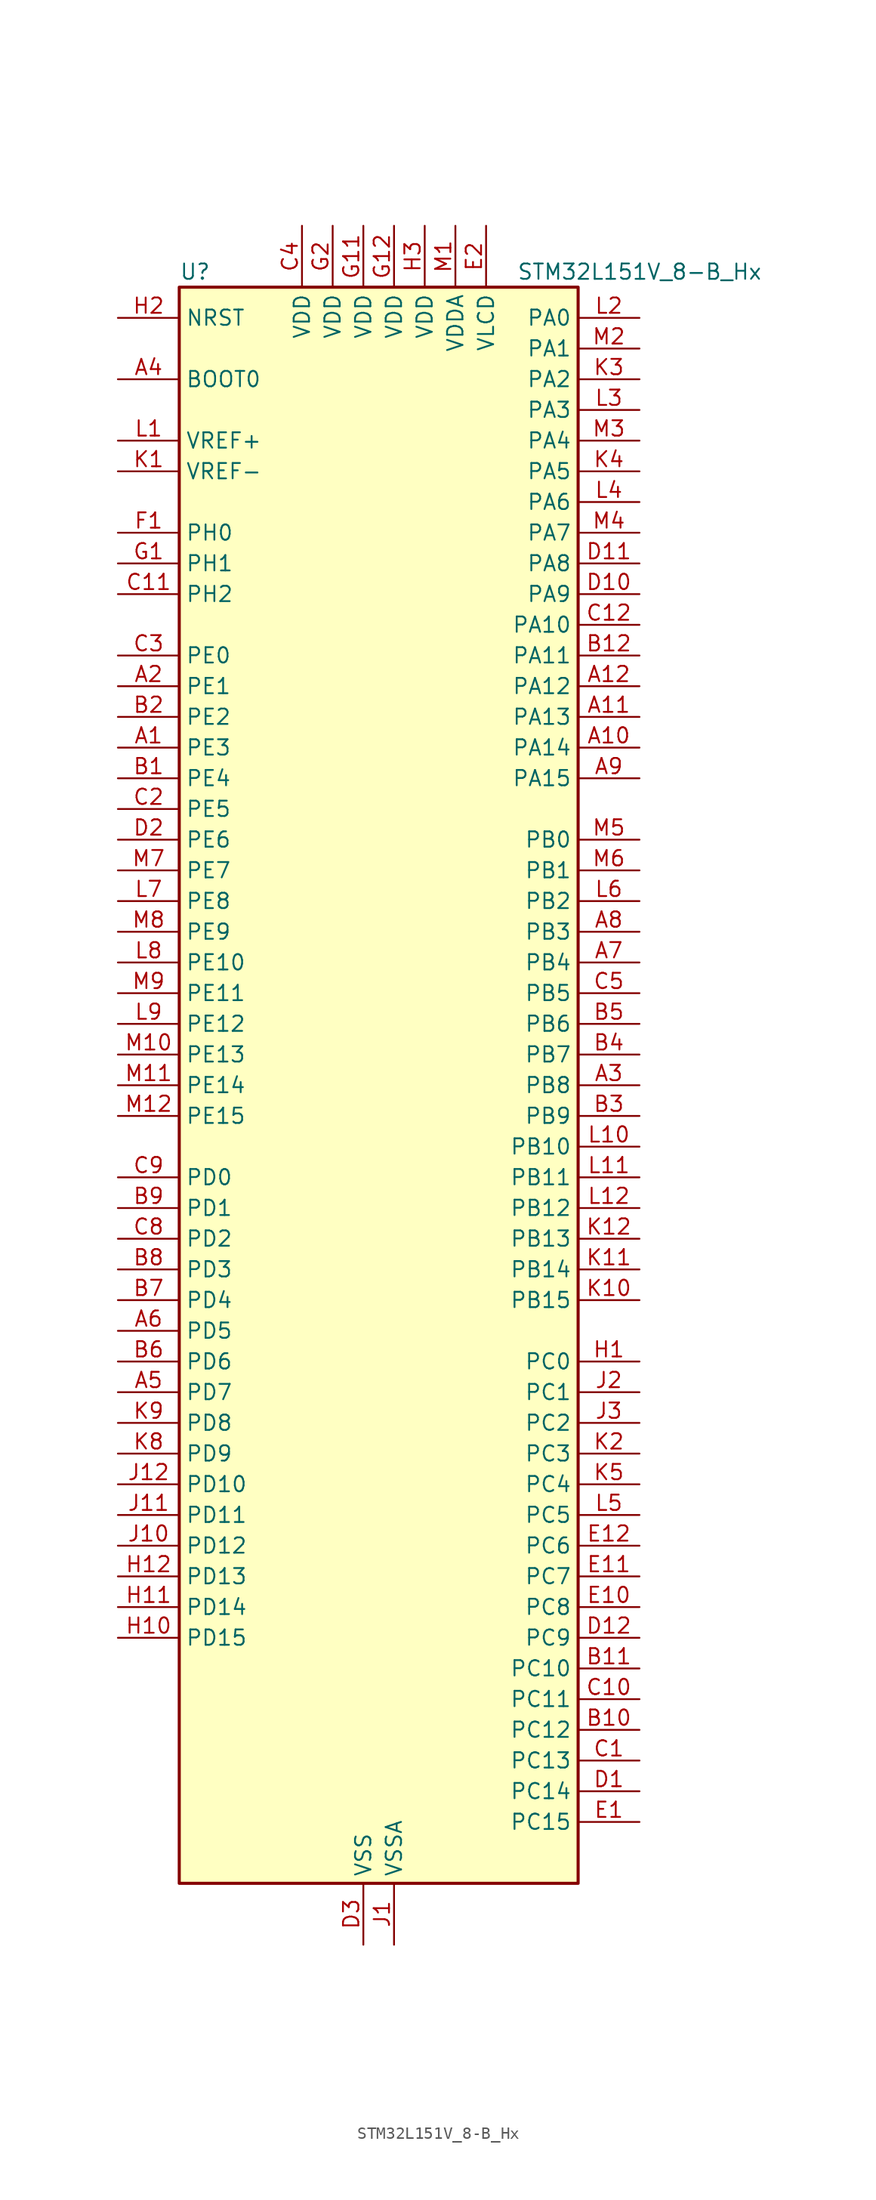
<source format=kicad_sym>
(kicad_symbol_lib
  (version 20231120)
  (generator "kicad-library-utils")
  (generator_version "8.0")
  (symbol "STM32L151V_8-B_Hx"
    (property "Reference" "U"
      (at -15.24 67.31 0)
      (effects (font (size 1.27 1.27)) (justify left)))
    (property "Value" "STM32L151V_8-B_Hx"
      (at 12.7 67.31 0)
      (effects (font (size 1.27 1.27)) (justify left)))
    (symbol "STM32L151V_8-B_Hx_0_1"
      (rectangle (start -15.24 -66.04) (end 17.78 66.04) (stroke (width 0.254) (type default)) (fill (type background))))
    (symbol "STM32L151V_8-B_Hx_1_1"
      (pin bidirectional line (at -20.32 27.94 0) (length 5.08) (name "PE3" (effects (font (size 1.27 1.27)))) (number "A1" (effects (font (size 1.27 1.27)))) (alternate "SYS_TRACED0" bidirectional line) (alternate "TIM3_CH1" bidirectional line) (alternate "TIMX_IC4" bidirectional line))
      (pin bidirectional line (at 22.86 27.94 180) (length 5.08) (name "PA14" (effects (font (size 1.27 1.27)))) (number "A10" (effects (font (size 1.27 1.27)))) (alternate "SYS_JTCK-SWCLK" bidirectional line) (alternate "TIMX_IC3" bidirectional line) (alternate "TS_G5_IO2" bidirectional line))
      (pin bidirectional line (at 22.86 30.48 180) (length 5.08) (name "PA13" (effects (font (size 1.27 1.27)))) (number "A11" (effects (font (size 1.27 1.27)))) (alternate "SYS_JTMS-SWDIO" bidirectional line) (alternate "TIMX_IC2" bidirectional line) (alternate "TS_G5_IO1" bidirectional line))
      (pin bidirectional line (at 22.86 33.02 180) (length 5.08) (name "PA12" (effects (font (size 1.27 1.27)))) (number "A12" (effects (font (size 1.27 1.27)))) (alternate "SPI1_MOSI" bidirectional line) (alternate "TIMX_IC1" bidirectional line) (alternate "USART1_RTS" bidirectional line) (alternate "USB_DP" bidirectional line))
      (pin bidirectional line (at -20.32 33.02 0) (length 5.08) (name "PE1" (effects (font (size 1.27 1.27)))) (number "A2" (effects (font (size 1.27 1.27)))) (alternate "TIM11_CH1" bidirectional line) (alternate "TIMX_IC2" bidirectional line))
      (pin bidirectional line (at 22.86 0 180) (length 5.08) (name "PB8" (effects (font (size 1.27 1.27)))) (number "A3" (effects (font (size 1.27 1.27)))) (alternate "I2C1_SCL" bidirectional line) (alternate "TIM10_CH1" bidirectional line) (alternate "TIM4_CH3" bidirectional line))
      (pin input line (at -20.32 58.42 0) (length 5.08) (name "BOOT0" (effects (font (size 1.27 1.27)))) (number "A4" (effects (font (size 1.27 1.27)))))
      (pin bidirectional line (at -20.32 -25.4 0) (length 5.08) (name "PD7" (effects (font (size 1.27 1.27)))) (number "A5" (effects (font (size 1.27 1.27)))) (alternate "TIM9_CH2" bidirectional line) (alternate "TIMX_IC4" bidirectional line) (alternate "USART2_CK" bidirectional line))
      (pin bidirectional line (at -20.32 -20.32 0) (length 5.08) (name "PD5" (effects (font (size 1.27 1.27)))) (number "A6" (effects (font (size 1.27 1.27)))) (alternate "TIMX_IC2" bidirectional line) (alternate "USART2_TX" bidirectional line))
      (pin bidirectional line (at 22.86 10.16 180) (length 5.08) (name "PB4" (effects (font (size 1.27 1.27)))) (number "A7" (effects (font (size 1.27 1.27)))) (alternate "COMP2_INP" bidirectional line) (alternate "SPI1_MISO" bidirectional line) (alternate "SYS_JTRST" bidirectional line) (alternate "TIM3_CH1" bidirectional line) (alternate "TS_G6_IO1" bidirectional line))
      (pin bidirectional line (at 22.86 12.7 180) (length 5.08) (name "PB3" (effects (font (size 1.27 1.27)))) (number "A8" (effects (font (size 1.27 1.27)))) (alternate "COMP2_INM" bidirectional line) (alternate "SPI1_SCK" bidirectional line) (alternate "SYS_JTDO-TRACESWO" bidirectional line) (alternate "TIM2_CH2" bidirectional line))
      (pin bidirectional line (at 22.86 25.4 180) (length 5.08) (name "PA15" (effects (font (size 1.27 1.27)))) (number "A9" (effects (font (size 1.27 1.27)))) (alternate "ADC_EXTI15" bidirectional line) (alternate "SPI1_NSS" bidirectional line) (alternate "SYS_JTDI" bidirectional line) (alternate "TIM2_CH1" bidirectional line) (alternate "TIM2_ETR" bidirectional line) (alternate "TIMX_IC4" bidirectional line) (alternate "TS_G5_IO3" bidirectional line))
      (pin bidirectional line (at -20.32 25.4 0) (length 5.08) (name "PE4" (effects (font (size 1.27 1.27)))) (number "B1" (effects (font (size 1.27 1.27)))) (alternate "SYS_TRACED1" bidirectional line) (alternate "TIM3_CH2" bidirectional line) (alternate "TIMX_IC1" bidirectional line))
      (pin bidirectional line (at 22.86 -53.34 180) (length 5.08) (name "PC12" (effects (font (size 1.27 1.27)))) (number "B10" (effects (font (size 1.27 1.27)))) (alternate "TIMX_IC1" bidirectional line) (alternate "USART3_CK" bidirectional line))
      (pin bidirectional line (at 22.86 -48.26 180) (length 5.08) (name "PC10" (effects (font (size 1.27 1.27)))) (number "B11" (effects (font (size 1.27 1.27)))) (alternate "TIMX_IC3" bidirectional line) (alternate "USART3_TX" bidirectional line))
      (pin bidirectional line (at 22.86 35.56 180) (length 5.08) (name "PA11" (effects (font (size 1.27 1.27)))) (number "B12" (effects (font (size 1.27 1.27)))) (alternate "ADC_EXTI11" bidirectional line) (alternate "SPI1_MISO" bidirectional line) (alternate "TIMX_IC4" bidirectional line) (alternate "USART1_CTS" bidirectional line) (alternate "USB_DM" bidirectional line))
      (pin bidirectional line (at -20.32 30.48 0) (length 5.08) (name "PE2" (effects (font (size 1.27 1.27)))) (number "B2" (effects (font (size 1.27 1.27)))) (alternate "SYS_TRACECK" bidirectional line) (alternate "TIM3_ETR" bidirectional line) (alternate "TIMX_IC3" bidirectional line))
      (pin bidirectional line (at 22.86 -2.54 180) (length 5.08) (name "PB9" (effects (font (size 1.27 1.27)))) (number "B3" (effects (font (size 1.27 1.27)))) (alternate "DAC_EXTI9" bidirectional line) (alternate "I2C1_SDA" bidirectional line) (alternate "TIM11_CH1" bidirectional line) (alternate "TIM4_CH4" bidirectional line))
      (pin bidirectional line (at 22.86 2.54 180) (length 5.08) (name "PB7" (effects (font (size 1.27 1.27)))) (number "B4" (effects (font (size 1.27 1.27)))) (alternate "I2C1_SDA" bidirectional line) (alternate "SYS_PVD_IN" bidirectional line) (alternate "TIM4_CH2" bidirectional line) (alternate "USART1_RX" bidirectional line))
      (pin bidirectional line (at 22.86 5.08 180) (length 5.08) (name "PB6" (effects (font (size 1.27 1.27)))) (number "B5" (effects (font (size 1.27 1.27)))) (alternate "I2C1_SCL" bidirectional line) (alternate "TIM4_CH1" bidirectional line) (alternate "USART1_TX" bidirectional line))
      (pin bidirectional line (at -20.32 -22.86 0) (length 5.08) (name "PD6" (effects (font (size 1.27 1.27)))) (number "B6" (effects (font (size 1.27 1.27)))) (alternate "TIMX_IC3" bidirectional line) (alternate "USART2_RX" bidirectional line))
      (pin bidirectional line (at -20.32 -17.78 0) (length 5.08) (name "PD4" (effects (font (size 1.27 1.27)))) (number "B7" (effects (font (size 1.27 1.27)))) (alternate "SPI2_MOSI" bidirectional line) (alternate "TIMX_IC1" bidirectional line) (alternate "USART2_RTS" bidirectional line))
      (pin bidirectional line (at -20.32 -15.24 0) (length 5.08) (name "PD3" (effects (font (size 1.27 1.27)))) (number "B8" (effects (font (size 1.27 1.27)))) (alternate "SPI2_MISO" bidirectional line) (alternate "TIMX_IC4" bidirectional line) (alternate "USART2_CTS" bidirectional line))
      (pin bidirectional line (at -20.32 -10.16 0) (length 5.08) (name "PD1" (effects (font (size 1.27 1.27)))) (number "B9" (effects (font (size 1.27 1.27)))) (alternate "SPI2_SCK" bidirectional line) (alternate "TIMX_IC2" bidirectional line))
      (pin bidirectional line (at 22.86 -55.88 180) (length 5.08) (name "PC13" (effects (font (size 1.27 1.27)))) (number "C1" (effects (font (size 1.27 1.27)))) (alternate "RTC_OUT_ALARM" bidirectional line) (alternate "RTC_OUT_CALIB" bidirectional line) (alternate "RTC_TAMP1" bidirectional line) (alternate "RTC_TS" bidirectional line) (alternate "SYS_WKUP2" bidirectional line) (alternate "TIMX_IC2" bidirectional line))
      (pin bidirectional line (at 22.86 -50.8 180) (length 5.08) (name "PC11" (effects (font (size 1.27 1.27)))) (number "C10" (effects (font (size 1.27 1.27)))) (alternate "ADC_EXTI11" bidirectional line) (alternate "TIMX_IC4" bidirectional line) (alternate "USART3_RX" bidirectional line))
      (pin bidirectional line (at -20.32 40.64 0) (length 5.08) (name "PH2" (effects (font (size 1.27 1.27)))) (number "C11" (effects (font (size 1.27 1.27)))))
      (pin bidirectional line (at 22.86 38.1 180) (length 5.08) (name "PA10" (effects (font (size 1.27 1.27)))) (number "C12" (effects (font (size 1.27 1.27)))) (alternate "TIMX_IC3" bidirectional line) (alternate "TS_G4_IO3" bidirectional line) (alternate "USART1_RX" bidirectional line))
      (pin bidirectional line (at -20.32 22.86 0) (length 5.08) (name "PE5" (effects (font (size 1.27 1.27)))) (number "C2" (effects (font (size 1.27 1.27)))) (alternate "SYS_TRACED2" bidirectional line) (alternate "TIM9_CH1" bidirectional line) (alternate "TIMX_IC2" bidirectional line))
      (pin bidirectional line (at -20.32 35.56 0) (length 5.08) (name "PE0" (effects (font (size 1.27 1.27)))) (number "C3" (effects (font (size 1.27 1.27)))) (alternate "TIM10_CH1" bidirectional line) (alternate "TIM4_ETR" bidirectional line) (alternate "TIMX_IC1" bidirectional line))
      (pin power_in line (at -5.08 71.12 270) (length 5.08) (name "VDD" (effects (font (size 1.27 1.27)))) (number "C4" (effects (font (size 1.27 1.27)))))
      (pin bidirectional line (at 22.86 7.62 180) (length 5.08) (name "PB5" (effects (font (size 1.27 1.27)))) (number "C5" (effects (font (size 1.27 1.27)))) (alternate "COMP2_INP" bidirectional line) (alternate "I2C1_SMBA" bidirectional line) (alternate "SPI1_MOSI" bidirectional line) (alternate "TIM3_CH2" bidirectional line) (alternate "TS_G6_IO2" bidirectional line))
      (pin bidirectional line (at -20.32 -12.7 0) (length 5.08) (name "PD2" (effects (font (size 1.27 1.27)))) (number "C8" (effects (font (size 1.27 1.27)))) (alternate "TIM3_ETR" bidirectional line) (alternate "TIMX_IC3" bidirectional line))
      (pin bidirectional line (at -20.32 -7.62 0) (length 5.08) (name "PD0" (effects (font (size 1.27 1.27)))) (number "C9" (effects (font (size 1.27 1.27)))) (alternate "SPI2_NSS" bidirectional line) (alternate "TIM9_CH1" bidirectional line) (alternate "TIMX_IC1" bidirectional line))
      (pin bidirectional line (at 22.86 -58.42 180) (length 5.08) (name "PC14" (effects (font (size 1.27 1.27)))) (number "D1" (effects (font (size 1.27 1.27)))) (alternate "RCC_OSC32_IN" bidirectional line) (alternate "TIMX_IC3" bidirectional line))
      (pin bidirectional line (at 22.86 40.64 180) (length 5.08) (name "PA9" (effects (font (size 1.27 1.27)))) (number "D10" (effects (font (size 1.27 1.27)))) (alternate "DAC_EXTI9" bidirectional line) (alternate "TIMX_IC2" bidirectional line) (alternate "TS_G4_IO2" bidirectional line) (alternate "USART1_TX" bidirectional line))
      (pin bidirectional line (at 22.86 43.18 180) (length 5.08) (name "PA8" (effects (font (size 1.27 1.27)))) (number "D11" (effects (font (size 1.27 1.27)))) (alternate "RCC_MCO" bidirectional line) (alternate "TIMX_IC1" bidirectional line) (alternate "TS_G4_IO1" bidirectional line) (alternate "USART1_CK" bidirectional line))
      (pin bidirectional line (at 22.86 -45.72 180) (length 5.08) (name "PC9" (effects (font (size 1.27 1.27)))) (number "D12" (effects (font (size 1.27 1.27)))) (alternate "DAC_EXTI9" bidirectional line) (alternate "TIM3_CH4" bidirectional line) (alternate "TIMX_IC2" bidirectional line) (alternate "TS_G10_IO4" bidirectional line))
      (pin bidirectional line (at -20.32 20.32 0) (length 5.08) (name "PE6" (effects (font (size 1.27 1.27)))) (number "D2" (effects (font (size 1.27 1.27)))) (alternate "SYS_TRACED3" bidirectional line) (alternate "SYS_WKUP3" bidirectional line) (alternate "TIM9_CH2" bidirectional line) (alternate "TIMX_IC3" bidirectional line))
      (pin power_in line (at 0 -71.12 90) (length 5.08) (name "VSS" (effects (font (size 1.27 1.27)))) (number "D3" (effects (font (size 1.27 1.27)))))
      (pin bidirectional line (at 22.86 -60.96 180) (length 5.08) (name "PC15" (effects (font (size 1.27 1.27)))) (number "E1" (effects (font (size 1.27 1.27)))) (alternate "ADC_EXTI15" bidirectional line) (alternate "RCC_OSC32_OUT" bidirectional line) (alternate "TIMX_IC4" bidirectional line))
      (pin bidirectional line (at 22.86 -43.18 180) (length 5.08) (name "PC8" (effects (font (size 1.27 1.27)))) (number "E10" (effects (font (size 1.27 1.27)))) (alternate "TIM3_CH3" bidirectional line) (alternate "TIMX_IC1" bidirectional line) (alternate "TS_G10_IO3" bidirectional line))
      (pin bidirectional line (at 22.86 -40.64 180) (length 5.08) (name "PC7" (effects (font (size 1.27 1.27)))) (number "E11" (effects (font (size 1.27 1.27)))) (alternate "TIM3_CH2" bidirectional line) (alternate "TIMX_IC4" bidirectional line) (alternate "TS_G10_IO2" bidirectional line))
      (pin bidirectional line (at 22.86 -38.1 180) (length 5.08) (name "PC6" (effects (font (size 1.27 1.27)))) (number "E12" (effects (font (size 1.27 1.27)))) (alternate "TIM3_CH1" bidirectional line) (alternate "TIMX_IC3" bidirectional line) (alternate "TS_G10_IO1" bidirectional line))
      (pin power_in line (at 10.16 71.12 270) (length 5.08) (name "VLCD" (effects (font (size 1.27 1.27)))) (number "E2" (effects (font (size 1.27 1.27)))))
      (pin passive line (at 0 -71.12 90) (length 5.08) hide (name "VSS" (effects (font (size 1.27 1.27)))) (number "E3" (effects (font (size 1.27 1.27)))))
      (pin bidirectional line (at -20.32 45.72 0) (length 5.08) (name "PH0" (effects (font (size 1.27 1.27)))) (number "F1" (effects (font (size 1.27 1.27)))) (alternate "RCC_OSC_IN" bidirectional line))
      (pin passive line (at 0 -71.12 90) (length 5.08) hide (name "VSS" (effects (font (size 1.27 1.27)))) (number "F11" (effects (font (size 1.27 1.27)))))
      (pin passive line (at 0 -71.12 90) (length 5.08) hide (name "VSS" (effects (font (size 1.27 1.27)))) (number "F12" (effects (font (size 1.27 1.27)))))
      (pin passive line (at 0 -71.12 90) (length 5.08) hide (name "VSS" (effects (font (size 1.27 1.27)))) (number "F2" (effects (font (size 1.27 1.27)))))
      (pin bidirectional line (at -20.32 43.18 0) (length 5.08) (name "PH1" (effects (font (size 1.27 1.27)))) (number "G1" (effects (font (size 1.27 1.27)))) (alternate "RCC_OSC_OUT" bidirectional line))
      (pin power_in line (at 0 71.12 270) (length 5.08) (name "VDD" (effects (font (size 1.27 1.27)))) (number "G11" (effects (font (size 1.27 1.27)))))
      (pin power_in line (at 2.54 71.12 270) (length 5.08) (name "VDD" (effects (font (size 1.27 1.27)))) (number "G12" (effects (font (size 1.27 1.27)))))
      (pin power_in line (at -2.54 71.12 270) (length 5.08) (name "VDD" (effects (font (size 1.27 1.27)))) (number "G2" (effects (font (size 1.27 1.27)))))
      (pin bidirectional line (at 22.86 -22.86 180) (length 5.08) (name "PC0" (effects (font (size 1.27 1.27)))) (number "H1" (effects (font (size 1.27 1.27)))) (alternate "ADC_IN10" bidirectional line) (alternate "COMP1_INP" bidirectional line) (alternate "TIMX_IC1" bidirectional line) (alternate "TS_G8_IO1" bidirectional line))
      (pin bidirectional line (at -20.32 -45.72 0) (length 5.08) (name "PD15" (effects (font (size 1.27 1.27)))) (number "H10" (effects (font (size 1.27 1.27)))) (alternate "ADC_EXTI15" bidirectional line) (alternate "TIM4_CH4" bidirectional line) (alternate "TIMX_IC4" bidirectional line))
      (pin bidirectional line (at -20.32 -43.18 0) (length 5.08) (name "PD14" (effects (font (size 1.27 1.27)))) (number "H11" (effects (font (size 1.27 1.27)))) (alternate "TIM4_CH3" bidirectional line) (alternate "TIMX_IC3" bidirectional line))
      (pin bidirectional line (at -20.32 -40.64 0) (length 5.08) (name "PD13" (effects (font (size 1.27 1.27)))) (number "H12" (effects (font (size 1.27 1.27)))) (alternate "TIM4_CH2" bidirectional line) (alternate "TIMX_IC2" bidirectional line))
      (pin input line (at -20.32 63.5 0) (length 5.08) (name "NRST" (effects (font (size 1.27 1.27)))) (number "H2" (effects (font (size 1.27 1.27)))))
      (pin power_in line (at 5.08 71.12 270) (length 5.08) (name "VDD" (effects (font (size 1.27 1.27)))) (number "H3" (effects (font (size 1.27 1.27)))))
      (pin power_in line (at 2.54 -71.12 90) (length 5.08) (name "VSSA" (effects (font (size 1.27 1.27)))) (number "J1" (effects (font (size 1.27 1.27)))))
      (pin bidirectional line (at -20.32 -38.1 0) (length 5.08) (name "PD12" (effects (font (size 1.27 1.27)))) (number "J10" (effects (font (size 1.27 1.27)))) (alternate "TIM4_CH1" bidirectional line) (alternate "TIMX_IC1" bidirectional line) (alternate "USART3_RTS" bidirectional line))
      (pin bidirectional line (at -20.32 -35.56 0) (length 5.08) (name "PD11" (effects (font (size 1.27 1.27)))) (number "J11" (effects (font (size 1.27 1.27)))) (alternate "ADC_EXTI11" bidirectional line) (alternate "TIMX_IC4" bidirectional line) (alternate "USART3_CTS" bidirectional line))
      (pin bidirectional line (at -20.32 -33.02 0) (length 5.08) (name "PD10" (effects (font (size 1.27 1.27)))) (number "J12" (effects (font (size 1.27 1.27)))) (alternate "TIMX_IC3" bidirectional line) (alternate "USART3_CK" bidirectional line))
      (pin bidirectional line (at 22.86 -25.4 180) (length 5.08) (name "PC1" (effects (font (size 1.27 1.27)))) (number "J2" (effects (font (size 1.27 1.27)))) (alternate "ADC_IN11" bidirectional line) (alternate "COMP1_INP" bidirectional line) (alternate "TIMX_IC2" bidirectional line) (alternate "TS_G8_IO2" bidirectional line))
      (pin bidirectional line (at 22.86 -27.94 180) (length 5.08) (name "PC2" (effects (font (size 1.27 1.27)))) (number "J3" (effects (font (size 1.27 1.27)))) (alternate "ADC_IN12" bidirectional line) (alternate "COMP1_INP" bidirectional line) (alternate "TIMX_IC3" bidirectional line) (alternate "TS_G8_IO3" bidirectional line))
      (pin input line (at -20.32 50.8 0) (length 5.08) (name "VREF-" (effects (font (size 1.27 1.27)))) (number "K1" (effects (font (size 1.27 1.27)))))
      (pin bidirectional line (at 22.86 -17.78 180) (length 5.08) (name "PB15" (effects (font (size 1.27 1.27)))) (number "K10" (effects (font (size 1.27 1.27)))) (alternate "ADC_EXTI15" bidirectional line) (alternate "ADC_IN21" bidirectional line) (alternate "COMP1_INP" bidirectional line) (alternate "RTC_REFIN" bidirectional line) (alternate "SPI2_MOSI" bidirectional line) (alternate "TIM11_CH1" bidirectional line) (alternate "TS_G7_IO4" bidirectional line))
      (pin bidirectional line (at 22.86 -15.24 180) (length 5.08) (name "PB14" (effects (font (size 1.27 1.27)))) (number "K11" (effects (font (size 1.27 1.27)))) (alternate "ADC_IN20" bidirectional line) (alternate "COMP1_INP" bidirectional line) (alternate "SPI2_MISO" bidirectional line) (alternate "TIM9_CH2" bidirectional line) (alternate "TS_G7_IO3" bidirectional line) (alternate "USART3_RTS" bidirectional line))
      (pin bidirectional line (at 22.86 -12.7 180) (length 5.08) (name "PB13" (effects (font (size 1.27 1.27)))) (number "K12" (effects (font (size 1.27 1.27)))) (alternate "ADC_IN19" bidirectional line) (alternate "COMP1_INP" bidirectional line) (alternate "SPI2_SCK" bidirectional line) (alternate "TIM9_CH1" bidirectional line) (alternate "TS_G7_IO2" bidirectional line) (alternate "USART3_CTS" bidirectional line))
      (pin bidirectional line (at 22.86 -30.48 180) (length 5.08) (name "PC3" (effects (font (size 1.27 1.27)))) (number "K2" (effects (font (size 1.27 1.27)))) (alternate "ADC_IN13" bidirectional line) (alternate "COMP1_INP" bidirectional line) (alternate "TIMX_IC4" bidirectional line) (alternate "TS_G8_IO4" bidirectional line))
      (pin bidirectional line (at 22.86 58.42 180) (length 5.08) (name "PA2" (effects (font (size 1.27 1.27)))) (number "K3" (effects (font (size 1.27 1.27)))) (alternate "ADC_IN2" bidirectional line) (alternate "COMP1_INP" bidirectional line) (alternate "TIM2_CH3" bidirectional line) (alternate "TIM9_CH1" bidirectional line) (alternate "TIMX_IC3" bidirectional line) (alternate "TS_G1_IO3" bidirectional line) (alternate "USART2_TX" bidirectional line))
      (pin bidirectional line (at 22.86 50.8 180) (length 5.08) (name "PA5" (effects (font (size 1.27 1.27)))) (number "K4" (effects (font (size 1.27 1.27)))) (alternate "ADC_IN5" bidirectional line) (alternate "COMP1_INP" bidirectional line) (alternate "DAC_OUT2" bidirectional line) (alternate "SPI1_SCK" bidirectional line) (alternate "TIM2_CH1" bidirectional line) (alternate "TIM2_ETR" bidirectional line) (alternate "TIMX_IC2" bidirectional line))
      (pin bidirectional line (at 22.86 -33.02 180) (length 5.08) (name "PC4" (effects (font (size 1.27 1.27)))) (number "K5" (effects (font (size 1.27 1.27)))) (alternate "ADC_IN14" bidirectional line) (alternate "COMP1_INP" bidirectional line) (alternate "TIMX_IC1" bidirectional line) (alternate "TS_G9_IO1" bidirectional line))
      (pin bidirectional line (at -20.32 -30.48 0) (length 5.08) (name "PD9" (effects (font (size 1.27 1.27)))) (number "K8" (effects (font (size 1.27 1.27)))) (alternate "DAC_EXTI9" bidirectional line) (alternate "TIMX_IC2" bidirectional line) (alternate "USART3_RX" bidirectional line))
      (pin bidirectional line (at -20.32 -27.94 0) (length 5.08) (name "PD8" (effects (font (size 1.27 1.27)))) (number "K9" (effects (font (size 1.27 1.27)))) (alternate "TIMX_IC1" bidirectional line) (alternate "USART3_TX" bidirectional line))
      (pin input line (at -20.32 53.34 0) (length 5.08) (name "VREF+" (effects (font (size 1.27 1.27)))) (number "L1" (effects (font (size 1.27 1.27)))))
      (pin bidirectional line (at 22.86 -5.08 180) (length 5.08) (name "PB10" (effects (font (size 1.27 1.27)))) (number "L10" (effects (font (size 1.27 1.27)))) (alternate "I2C2_SCL" bidirectional line) (alternate "TIM2_CH3" bidirectional line) (alternate "USART3_TX" bidirectional line))
      (pin bidirectional line (at 22.86 -7.62 180) (length 5.08) (name "PB11" (effects (font (size 1.27 1.27)))) (number "L11" (effects (font (size 1.27 1.27)))) (alternate "ADC_EXTI11" bidirectional line) (alternate "I2C2_SDA" bidirectional line) (alternate "TIM2_CH4" bidirectional line) (alternate "USART3_RX" bidirectional line))
      (pin bidirectional line (at 22.86 -10.16 180) (length 5.08) (name "PB12" (effects (font (size 1.27 1.27)))) (number "L12" (effects (font (size 1.27 1.27)))) (alternate "ADC_IN18" bidirectional line) (alternate "COMP1_INP" bidirectional line) (alternate "I2C2_SMBA" bidirectional line) (alternate "SPI2_NSS" bidirectional line) (alternate "TIM10_CH1" bidirectional line) (alternate "TS_G7_IO1" bidirectional line) (alternate "USART3_CK" bidirectional line))
      (pin bidirectional line (at 22.86 63.5 180) (length 5.08) (name "PA0" (effects (font (size 1.27 1.27)))) (number "L2" (effects (font (size 1.27 1.27)))) (alternate "ADC_IN0" bidirectional line) (alternate "COMP1_INP" bidirectional line) (alternate "SYS_WKUP1" bidirectional line) (alternate "TIM2_CH1" bidirectional line) (alternate "TIM2_ETR" bidirectional line) (alternate "TIMX_IC1" bidirectional line) (alternate "TS_G1_IO1" bidirectional line) (alternate "USART2_CTS" bidirectional line))
      (pin bidirectional line (at 22.86 55.88 180) (length 5.08) (name "PA3" (effects (font (size 1.27 1.27)))) (number "L3" (effects (font (size 1.27 1.27)))) (alternate "ADC_IN3" bidirectional line) (alternate "COMP1_INP" bidirectional line) (alternate "TIM2_CH4" bidirectional line) (alternate "TIM9_CH2" bidirectional line) (alternate "TIMX_IC4" bidirectional line) (alternate "TS_G1_IO4" bidirectional line) (alternate "USART2_RX" bidirectional line))
      (pin bidirectional line (at 22.86 48.26 180) (length 5.08) (name "PA6" (effects (font (size 1.27 1.27)))) (number "L4" (effects (font (size 1.27 1.27)))) (alternate "ADC_IN6" bidirectional line) (alternate "COMP1_INP" bidirectional line) (alternate "SPI1_MISO" bidirectional line) (alternate "TIM10_CH1" bidirectional line) (alternate "TIM3_CH1" bidirectional line) (alternate "TIMX_IC3" bidirectional line) (alternate "TS_G2_IO1" bidirectional line))
      (pin bidirectional line (at 22.86 -35.56 180) (length 5.08) (name "PC5" (effects (font (size 1.27 1.27)))) (number "L5" (effects (font (size 1.27 1.27)))) (alternate "ADC_IN15" bidirectional line) (alternate "COMP1_INP" bidirectional line) (alternate "TIMX_IC2" bidirectional line) (alternate "TS_G9_IO2" bidirectional line))
      (pin bidirectional line (at 22.86 15.24 180) (length 5.08) (name "PB2" (effects (font (size 1.27 1.27)))) (number "L6" (effects (font (size 1.27 1.27)))))
      (pin bidirectional line (at -20.32 15.24 0) (length 5.08) (name "PE8" (effects (font (size 1.27 1.27)))) (number "L7" (effects (font (size 1.27 1.27)))) (alternate "ADC_IN23" bidirectional line) (alternate "COMP1_INP" bidirectional line) (alternate "TIMX_IC1" bidirectional line))
      (pin bidirectional line (at -20.32 10.16 0) (length 5.08) (name "PE10" (effects (font (size 1.27 1.27)))) (number "L8" (effects (font (size 1.27 1.27)))) (alternate "ADC_IN25" bidirectional line) (alternate "COMP1_INP" bidirectional line) (alternate "TIM2_CH2" bidirectional line) (alternate "TIMX_IC3" bidirectional line))
      (pin bidirectional line (at -20.32 5.08 0) (length 5.08) (name "PE12" (effects (font (size 1.27 1.27)))) (number "L9" (effects (font (size 1.27 1.27)))) (alternate "SPI1_NSS" bidirectional line) (alternate "TIM2_CH4" bidirectional line) (alternate "TIMX_IC1" bidirectional line))
      (pin power_in line (at 7.62 71.12 270) (length 5.08) (name "VDDA" (effects (font (size 1.27 1.27)))) (number "M1" (effects (font (size 1.27 1.27)))))
      (pin bidirectional line (at -20.32 2.54 0) (length 5.08) (name "PE13" (effects (font (size 1.27 1.27)))) (number "M10" (effects (font (size 1.27 1.27)))) (alternate "SPI1_SCK" bidirectional line) (alternate "TIMX_IC2" bidirectional line))
      (pin bidirectional line (at -20.32 0 0) (length 5.08) (name "PE14" (effects (font (size 1.27 1.27)))) (number "M11" (effects (font (size 1.27 1.27)))) (alternate "SPI1_MISO" bidirectional line) (alternate "TIMX_IC3" bidirectional line))
      (pin bidirectional line (at -20.32 -2.54 0) (length 5.08) (name "PE15" (effects (font (size 1.27 1.27)))) (number "M12" (effects (font (size 1.27 1.27)))) (alternate "ADC_EXTI15" bidirectional line) (alternate "SPI1_MOSI" bidirectional line) (alternate "TIMX_IC4" bidirectional line))
      (pin bidirectional line (at 22.86 60.96 180) (length 5.08) (name "PA1" (effects (font (size 1.27 1.27)))) (number "M2" (effects (font (size 1.27 1.27)))) (alternate "ADC_IN1" bidirectional line) (alternate "COMP1_INP" bidirectional line) (alternate "TIM2_CH2" bidirectional line) (alternate "TIMX_IC2" bidirectional line) (alternate "TS_G1_IO2" bidirectional line) (alternate "USART2_RTS" bidirectional line))
      (pin bidirectional line (at 22.86 53.34 180) (length 5.08) (name "PA4" (effects (font (size 1.27 1.27)))) (number "M3" (effects (font (size 1.27 1.27)))) (alternate "ADC_IN4" bidirectional line) (alternate "COMP1_INP" bidirectional line) (alternate "DAC_OUT1" bidirectional line) (alternate "SPI1_NSS" bidirectional line) (alternate "TIMX_IC1" bidirectional line) (alternate "USART2_CK" bidirectional line))
      (pin bidirectional line (at 22.86 45.72 180) (length 5.08) (name "PA7" (effects (font (size 1.27 1.27)))) (number "M4" (effects (font (size 1.27 1.27)))) (alternate "ADC_IN7" bidirectional line) (alternate "COMP1_INP" bidirectional line) (alternate "SPI1_MOSI" bidirectional line) (alternate "TIM11_CH1" bidirectional line) (alternate "TIM3_CH2" bidirectional line) (alternate "TIMX_IC4" bidirectional line) (alternate "TS_G2_IO2" bidirectional line))
      (pin bidirectional line (at 22.86 20.32 180) (length 5.08) (name "PB0" (effects (font (size 1.27 1.27)))) (number "M5" (effects (font (size 1.27 1.27)))) (alternate "ADC_IN8" bidirectional line) (alternate "COMP1_INP" bidirectional line) (alternate "SYS_V_REF_OUT" bidirectional line) (alternate "TIM3_CH3" bidirectional line) (alternate "TS_G3_IO1" bidirectional line))
      (pin bidirectional line (at 22.86 17.78 180) (length 5.08) (name "PB1" (effects (font (size 1.27 1.27)))) (number "M6" (effects (font (size 1.27 1.27)))) (alternate "ADC_IN9" bidirectional line) (alternate "COMP1_INP" bidirectional line) (alternate "SYS_V_REF_OUT" bidirectional line) (alternate "TIM3_CH4" bidirectional line) (alternate "TS_G3_IO2" bidirectional line))
      (pin bidirectional line (at -20.32 17.78 0) (length 5.08) (name "PE7" (effects (font (size 1.27 1.27)))) (number "M7" (effects (font (size 1.27 1.27)))) (alternate "ADC_IN22" bidirectional line) (alternate "COMP1_INP" bidirectional line) (alternate "TIMX_IC4" bidirectional line))
      (pin bidirectional line (at -20.32 12.7 0) (length 5.08) (name "PE9" (effects (font (size 1.27 1.27)))) (number "M8" (effects (font (size 1.27 1.27)))) (alternate "ADC_IN24" bidirectional line) (alternate "COMP1_INP" bidirectional line) (alternate "DAC_EXTI9" bidirectional line) (alternate "TIM2_CH1" bidirectional line) (alternate "TIM2_ETR" bidirectional line) (alternate "TIMX_IC2" bidirectional line))
      (pin bidirectional line (at -20.32 7.62 0) (length 5.08) (name "PE11" (effects (font (size 1.27 1.27)))) (number "M9" (effects (font (size 1.27 1.27)))) (alternate "ADC_EXTI11" bidirectional line) (alternate "TIM2_CH3" bidirectional line) (alternate "TIMX_IC4" bidirectional line)))))
</source>
